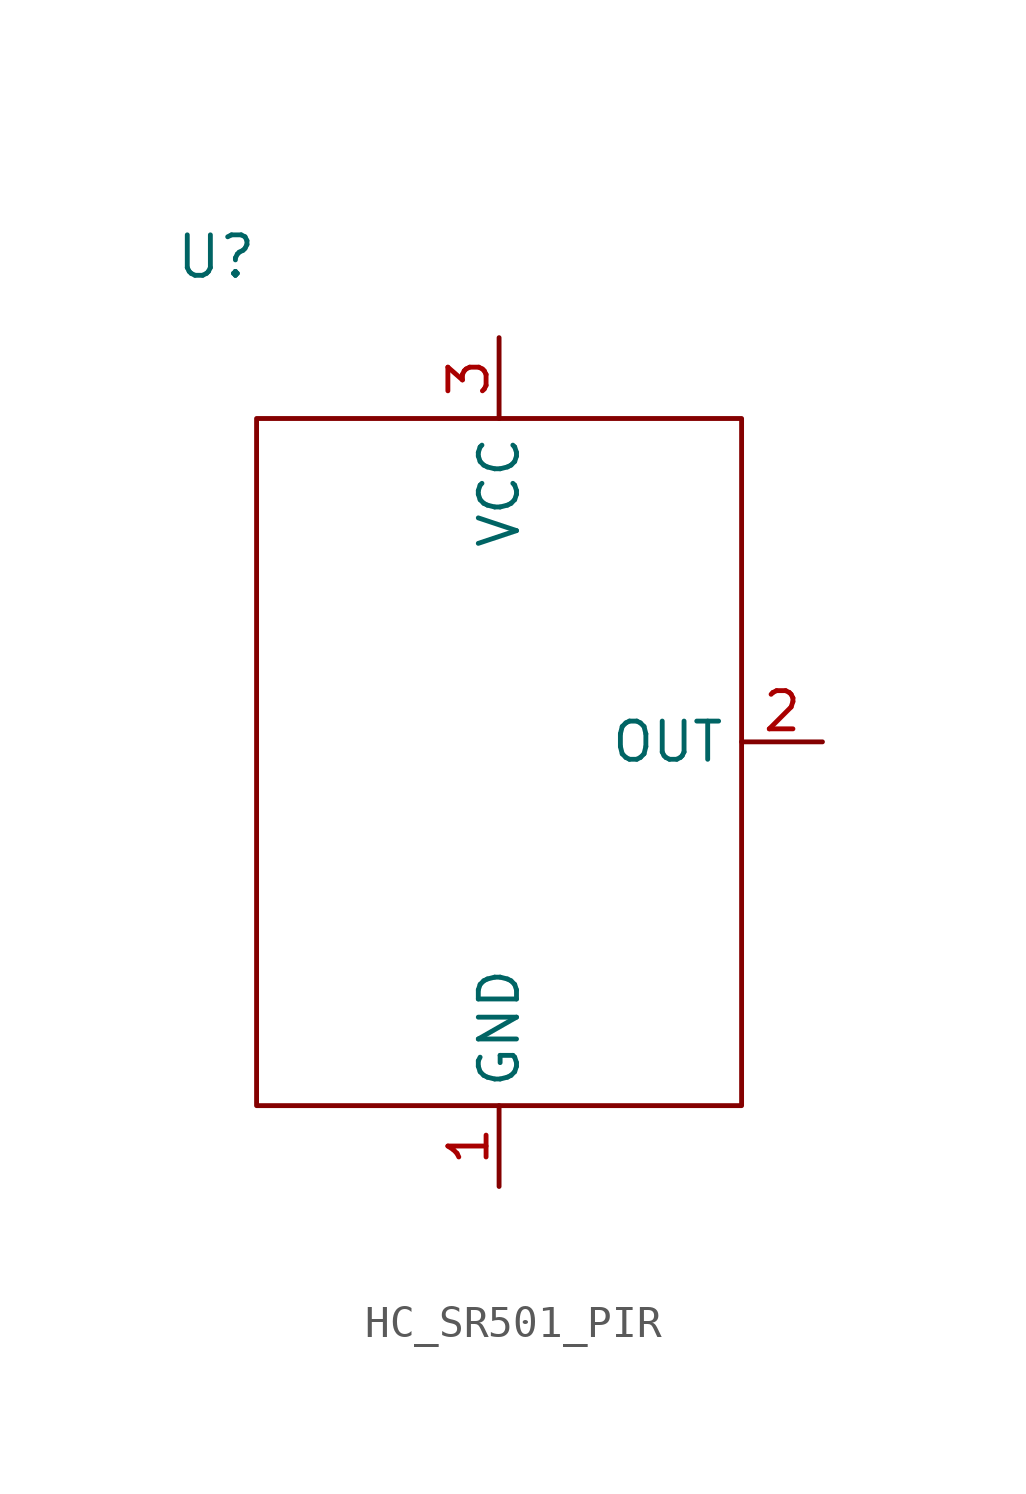
<source format=kicad_sym>
(kicad_symbol_lib
  (version 20220914)
  (generator kicad_symbol_editor)
  (symbol "HC_SR501_PIR"
    (property "Reference" "U"
      (at -5.08 5.08 0)
      (effects (font (size 1.27 1.27))))
    (property "Value" ""
      (at 0 0 0)
      (effects (font (size 1.27 1.27))))
    (symbol "HC_SR501_PIR_0_1"
      (rectangle (start -3.81 0) (end 11.43 -21.59) (stroke (width 0) (type default)) (fill (type none))))
    (symbol "HC_SR501_PIR_1_1"
      (pin power_in line (at 3.81 -24.13 90) (length 2.54) (name "GND" (effects (font (size 1.2 1.2)))) (number "1" (effects (font (size 1.2 1.2)))))
      (pin output line (at 13.97 -10.16 180) (length 2.54) (name "OUT" (effects (font (size 1.2 1.2)))) (number "2" (effects (font (size 1.2 1.2)))))
      (pin power_in line (at 3.81 2.54 270) (length 2.54) (name "VCC" (effects (font (size 1.2 1.2)))) (number "3" (effects (font (size 1.2 1.2))))))))
</source>
